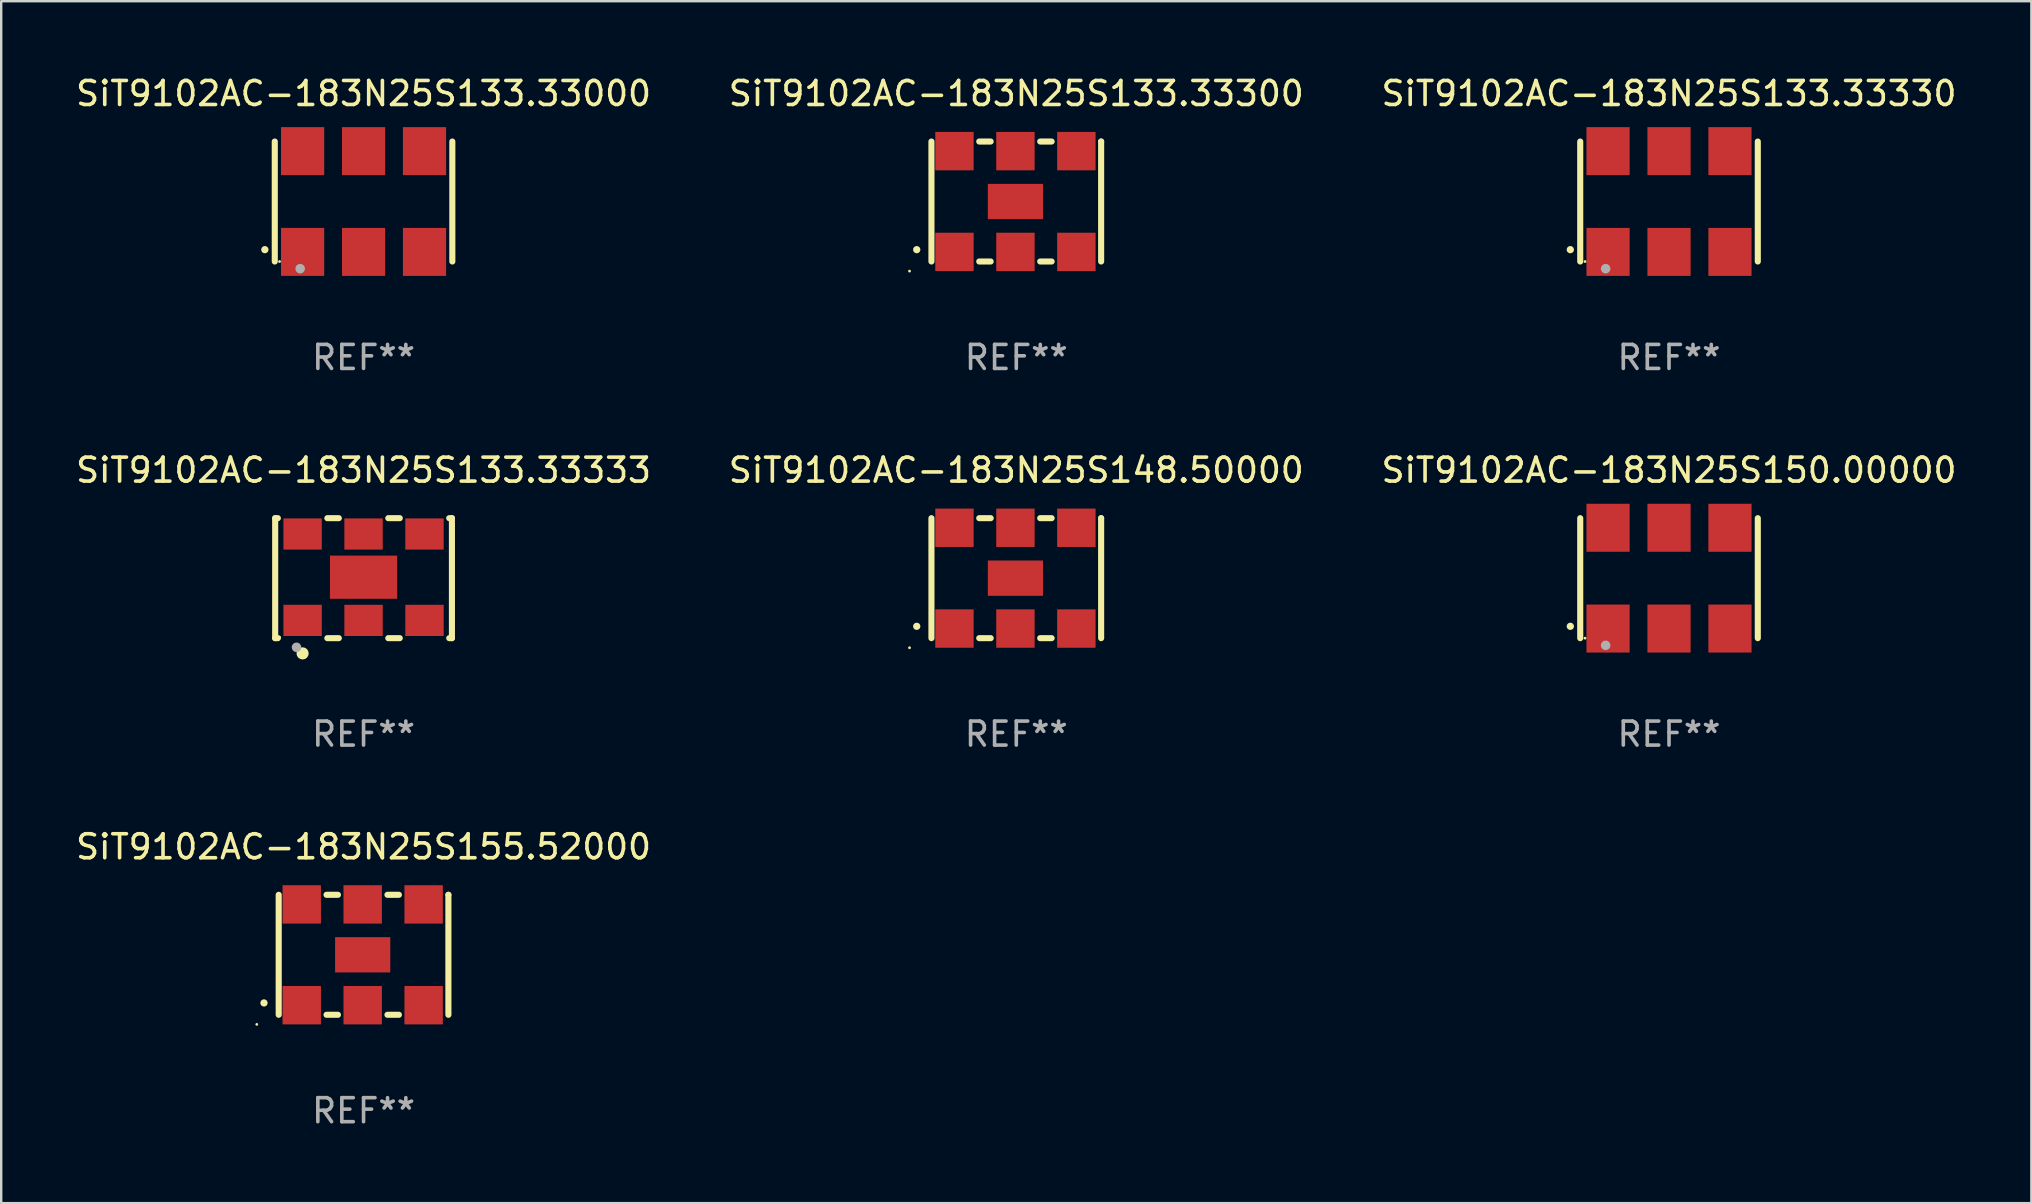
<source format=kicad_pcb>
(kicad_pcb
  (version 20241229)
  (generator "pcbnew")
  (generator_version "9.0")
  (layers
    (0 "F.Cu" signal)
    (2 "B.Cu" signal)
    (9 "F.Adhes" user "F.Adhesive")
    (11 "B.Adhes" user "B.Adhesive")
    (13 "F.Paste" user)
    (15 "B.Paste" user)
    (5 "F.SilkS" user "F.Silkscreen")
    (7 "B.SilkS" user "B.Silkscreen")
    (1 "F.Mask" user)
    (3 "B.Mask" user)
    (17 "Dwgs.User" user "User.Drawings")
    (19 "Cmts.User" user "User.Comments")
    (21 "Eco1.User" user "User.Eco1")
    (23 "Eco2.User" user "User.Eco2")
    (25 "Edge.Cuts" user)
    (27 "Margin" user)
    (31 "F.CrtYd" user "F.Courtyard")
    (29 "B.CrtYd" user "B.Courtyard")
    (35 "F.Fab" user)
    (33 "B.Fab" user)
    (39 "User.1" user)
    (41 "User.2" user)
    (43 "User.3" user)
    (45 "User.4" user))
  (footprint "SiT9102AC-183N25S150.00000"
    (layer "F.Cu")
    (at 66.506 21.045)
    (property "Reference" "SiT9102AC-183N25S150.00000" (at 0 -4.5 0) (layer "F.SilkS") (effects (font (size 1 1) (thickness 0.15))))
    (attr through_hole)
    (fp_line (start -3.7 -2.5) (end -3.7 2.5) (stroke (width 0.254) (type solid)) (layer "F.SilkS"))
    (fp_line (start 3.7 -2.5) (end 3.7 2.5) (stroke (width 0.254) (type solid)) (layer "F.SilkS"))
    (fp_arc (start -4.114415 2.006604) (mid -4.113145 2.006599) (end -4.111875 2.006604) (stroke (width 0.3) (type solid)) (layer "F.SilkS"))
    (fp_circle (center -3.5 2.501) (end -3.47 2.501) (stroke (width 0.06) (type solid)) (fill no) (layer "F.SilkS"))
    (fp_circle (center -2.641 2.799) (end -2.541 2.799) (stroke (width 0.2) (type solid)) (fill no) (layer "F.Fab"))
    (fp_text user "REF**" (at 0 6.5 0) (layer "F.Fab") (effects (font (size 1 1) (thickness 0.15))))
    (pad "1" smd rect (at -2.54 2.1) (size 1.8 2) (layers "F.Cu" "F.Mask" "F.Paste"))
    (pad "2" smd rect (at 0.000394 2.1) (size 1.8 2) (layers "F.Cu" "F.Mask" "F.Paste"))
    (pad "3" smd rect (at 2.54 2.1) (size 1.8 2) (layers "F.Cu" "F.Mask" "F.Paste"))
    (pad "4" smd rect (at 2.54 -2.1) (size 1.8 2) (layers "F.Cu" "F.Mask" "F.Paste"))
    (pad "5" smd rect (at 0.000394 -2.1) (size 1.8 2) (layers "F.Cu" "F.Mask" "F.Paste"))
    (pad "6" smd rect (at -2.54 -2.1) (size 1.8 2) (layers "F.Cu" "F.Mask" "F.Paste")))
  (footprint "SiT9102AC-183N25S133.33333"
    (layer "F.Cu")
    (at 12.101 21.045)
    (property "Reference" "SiT9102AC-183N25S133.33333" (at 0 -4.5 0) (layer "F.SilkS") (effects (font (size 1 1) (thickness 0.15))))
    (attr through_hole)
    (fp_line (start -3.683 -2.5) (end -3.571 -2.5) (stroke (width 0.254) (type solid)) (layer "F.SilkS"))
    (fp_line (start -3.683 2.5) (end -3.683 -2.5) (stroke (width 0.254) (type solid)) (layer "F.SilkS"))
    (fp_line (start -3.683 2.5) (end -3.571 2.5) (stroke (width 0.254) (type solid)) (layer "F.SilkS"))
    (fp_line (start -1.509 -2.5) (end -1.031 -2.5) (stroke (width 0.254) (type solid)) (layer "F.SilkS"))
    (fp_line (start -1.509 2.5) (end -1.031 2.5) (stroke (width 0.254) (type solid)) (layer "F.SilkS"))
    (fp_line (start 1.031 -2.5) (end 1.509 -2.5) (stroke (width 0.254) (type solid)) (layer "F.SilkS"))
    (fp_line (start 1.031 2.5) (end 1.509 2.5) (stroke (width 0.254) (type solid)) (layer "F.SilkS"))
    (fp_line (start 3.571 -2.5) (end 3.683 -2.5) (stroke (width 0.254) (type solid)) (layer "F.SilkS"))
    (fp_line (start 3.571 2.5) (end 3.683 2.5) (stroke (width 0.254) (type solid)) (layer "F.SilkS"))
    (fp_line (start 3.683 2.5) (end 3.683 -2.5) (stroke (width 0.254) (type solid)) (layer "F.SilkS"))
    (fp_circle (center -3.5 2.46) (end -3.47 2.46) (stroke (width 0.06) (type solid)) (fill no) (layer "F.SilkS"))
    (fp_circle (center -2.54 3.135) (end -2.413 3.135) (stroke (width 0.254) (type solid)) (fill no) (layer "F.SilkS"))
    (fp_circle (center -2.794 2.881) (end -2.694 2.881) (stroke (width 0.2) (type solid)) (fill no) (layer "F.Fab"))
    (fp_text user "REF**" (at 0 6.5 0) (layer "F.Fab") (effects (font (size 1 1) (thickness 0.15))))
    (pad "1" smd rect (at -2.54 1.76) (size 1.6 1.3) (layers "F.Cu" "F.Mask" "F.Paste"))
    (pad "2" smd rect (at 0 1.76) (size 1.6 1.3) (layers "F.Cu" "F.Mask" "F.Paste"))
    (pad "3" smd rect (at 2.54 1.76) (size 1.6 1.3) (layers "F.Cu" "F.Mask" "F.Paste"))
    (pad "4" smd rect (at 2.54 -1.84) (size 1.6 1.3) (layers "F.Cu" "F.Mask" "F.Paste"))
    (pad "5" smd rect (at 0 -1.84) (size 1.6 1.3) (layers "F.Cu" "F.Mask" "F.Paste"))
    (pad "6" smd rect (at -2.54 -1.84) (size 1.6 1.3) (layers "F.Cu" "F.Mask" "F.Paste"))
    (pad "7" smd rect (at 0 -0.04) (size 2.8 1.8) (layers "F.Cu" "F.Mask" "F.Paste")))
  (footprint "SiT9102AC-183N25S133.33300"
    (layer "F.Cu")
    (at 39.304 5.348)
    (property "Reference" "SiT9102AC-183N25S133.33300" (at 0 -4.5 0) (layer "F.SilkS") (effects (font (size 1 1) (thickness 0.15))))
    (attr through_hole)
    (fp_line (start -3.536 -2.5) (end -3.536 2.5) (stroke (width 0.254) (type solid)) (layer "F.SilkS"))
    (fp_line (start -1.544 2.5) (end -1.067 2.5) (stroke (width 0.254) (type solid)) (layer "F.SilkS"))
    (fp_line (start -1.067 -2.5) (end -1.544 -2.5) (stroke (width 0.254) (type solid)) (layer "F.SilkS"))
    (fp_line (start 0.996 2.5) (end 1.473 2.5) (stroke (width 0.254) (type solid)) (layer "F.SilkS"))
    (fp_line (start 1.473 -2.5) (end 0.996 -2.5) (stroke (width 0.254) (type solid)) (layer "F.SilkS"))
    (fp_line (start 3.536 -2.5) (end 3.536 -2.5) (stroke (width 0.254) (type solid)) (layer "F.SilkS"))
    (fp_line (start 3.536 2.5) (end 3.536 -2.5) (stroke (width 0.254) (type solid)) (layer "F.SilkS"))
    (fp_arc (start -4.150432 2.006604) (mid -4.149162 2.006599) (end -4.147892 2.006604) (stroke (width 0.3) (type solid)) (layer "F.SilkS"))
    (fp_circle (center -4.449 2.9) (end -4.419 2.9) (stroke (width 0.06) (type solid)) (fill no) (layer "F.SilkS"))
    (fp_text user "REF**" (at 0 6.5 0) (layer "F.Fab") (effects (font (size 1 1) (thickness 0.15))))
    (pad "1" smd rect (at -2.576 2.1) (size 1.6 1.6) (layers "F.Cu" "F.Mask" "F.Paste"))
    (pad "2" smd rect (at -0.036 2.1) (size 1.6 1.6) (layers "F.Cu" "F.Mask" "F.Paste"))
    (pad "3" smd rect (at 2.504 2.1) (size 1.6 1.6) (layers "F.Cu" "F.Mask" "F.Paste"))
    (pad "4" smd rect (at 2.504 -2.1) (size 1.6 1.6) (layers "F.Cu" "F.Mask" "F.Paste"))
    (pad "5" smd rect (at -0.036 -2.1) (size 1.6 1.6) (layers "F.Cu" "F.Mask" "F.Paste"))
    (pad "6" smd rect (at -2.576 -2.1) (size 1.6 1.6) (layers "F.Cu" "F.Mask" "F.Paste"))
    (pad "7" smd rect (at -0.036 0) (size 2.3 1.47) (layers "F.Cu" "F.Mask" "F.Paste")))
  (footprint "SiT9102AC-183N25S148.50000"
    (layer "F.Cu")
    (at 39.304 21.045)
    (property "Reference" "SiT9102AC-183N25S148.50000" (at 0 -4.5 0) (layer "F.SilkS") (effects (font (size 1 1) (thickness 0.15))))
    (attr through_hole)
    (fp_line (start -3.536 -2.5) (end -3.536 2.5) (stroke (width 0.254) (type solid)) (layer "F.SilkS"))
    (fp_line (start -1.544 2.5) (end -1.067 2.5) (stroke (width 0.254) (type solid)) (layer "F.SilkS"))
    (fp_line (start -1.067 -2.5) (end -1.544 -2.5) (stroke (width 0.254) (type solid)) (layer "F.SilkS"))
    (fp_line (start 0.996 2.5) (end 1.473 2.5) (stroke (width 0.254) (type solid)) (layer "F.SilkS"))
    (fp_line (start 1.473 -2.5) (end 0.996 -2.5) (stroke (width 0.254) (type solid)) (layer "F.SilkS"))
    (fp_line (start 3.536 -2.5) (end 3.536 -2.5) (stroke (width 0.254) (type solid)) (layer "F.SilkS"))
    (fp_line (start 3.536 2.5) (end 3.536 -2.5) (stroke (width 0.254) (type solid)) (layer "F.SilkS"))
    (fp_arc (start -4.150432 2.006604) (mid -4.149162 2.006599) (end -4.147892 2.006604) (stroke (width 0.3) (type solid)) (layer "F.SilkS"))
    (fp_circle (center -4.449 2.9) (end -4.419 2.9) (stroke (width 0.06) (type solid)) (fill no) (layer "F.SilkS"))
    (fp_text user "REF**" (at 0 6.5 0) (layer "F.Fab") (effects (font (size 1 1) (thickness 0.15))))
    (pad "1" smd rect (at -2.576 2.1) (size 1.6 1.6) (layers "F.Cu" "F.Mask" "F.Paste"))
    (pad "2" smd rect (at -0.036 2.1) (size 1.6 1.6) (layers "F.Cu" "F.Mask" "F.Paste"))
    (pad "3" smd rect (at 2.504 2.1) (size 1.6 1.6) (layers "F.Cu" "F.Mask" "F.Paste"))
    (pad "4" smd rect (at 2.504 -2.1) (size 1.6 1.6) (layers "F.Cu" "F.Mask" "F.Paste"))
    (pad "5" smd rect (at -0.036 -2.1) (size 1.6 1.6) (layers "F.Cu" "F.Mask" "F.Paste"))
    (pad "6" smd rect (at -2.576 -2.1) (size 1.6 1.6) (layers "F.Cu" "F.Mask" "F.Paste"))
    (pad "7" smd rect (at -0.036 0) (size 2.3 1.47) (layers "F.Cu" "F.Mask" "F.Paste")))
  (footprint "SiT9102AC-183N25S155.52000"
    (layer "F.Cu")
    (at 12.101 36.741)
    (property "Reference" "SiT9102AC-183N25S155.52000" (at 0 -4.5 0) (layer "F.SilkS") (effects (font (size 1 1) (thickness 0.15))))
    (attr through_hole)
    (fp_line (start -3.536 -2.5) (end -3.536 2.5) (stroke (width 0.254) (type solid)) (layer "F.SilkS"))
    (fp_line (start -1.544 2.5) (end -1.067 2.5) (stroke (width 0.254) (type solid)) (layer "F.SilkS"))
    (fp_line (start -1.067 -2.5) (end -1.544 -2.5) (stroke (width 0.254) (type solid)) (layer "F.SilkS"))
    (fp_line (start 0.996 2.5) (end 1.473 2.5) (stroke (width 0.254) (type solid)) (layer "F.SilkS"))
    (fp_line (start 1.473 -2.5) (end 0.996 -2.5) (stroke (width 0.254) (type solid)) (layer "F.SilkS"))
    (fp_line (start 3.536 -2.5) (end 3.536 -2.5) (stroke (width 0.254) (type solid)) (layer "F.SilkS"))
    (fp_line (start 3.536 2.5) (end 3.536 -2.5) (stroke (width 0.254) (type solid)) (layer "F.SilkS"))
    (fp_arc (start -4.150432 2.006604) (mid -4.149162 2.006599) (end -4.147892 2.006604) (stroke (width 0.3) (type solid)) (layer "F.SilkS"))
    (fp_circle (center -4.449 2.9) (end -4.419 2.9) (stroke (width 0.06) (type solid)) (fill no) (layer "F.SilkS"))
    (fp_text user "REF**" (at 0 6.5 0) (layer "F.Fab") (effects (font (size 1 1) (thickness 0.15))))
    (pad "1" smd rect (at -2.576 2.1) (size 1.6 1.6) (layers "F.Cu" "F.Mask" "F.Paste"))
    (pad "2" smd rect (at -0.036 2.1) (size 1.6 1.6) (layers "F.Cu" "F.Mask" "F.Paste"))
    (pad "3" smd rect (at 2.504 2.1) (size 1.6 1.6) (layers "F.Cu" "F.Mask" "F.Paste"))
    (pad "4" smd rect (at 2.504 -2.1) (size 1.6 1.6) (layers "F.Cu" "F.Mask" "F.Paste"))
    (pad "5" smd rect (at -0.036 -2.1) (size 1.6 1.6) (layers "F.Cu" "F.Mask" "F.Paste"))
    (pad "6" smd rect (at -2.576 -2.1) (size 1.6 1.6) (layers "F.Cu" "F.Mask" "F.Paste"))
    (pad "7" smd rect (at -0.036 0) (size 2.3 1.47) (layers "F.Cu" "F.Mask" "F.Paste")))
  (footprint "SiT9102AC-183N25S133.33330"
    (layer "F.Cu")
    (at 66.506 5.348)
    (property "Reference" "SiT9102AC-183N25S133.33330" (at 0 -4.5 0) (layer "F.SilkS") (effects (font (size 1 1) (thickness 0.15))))
    (attr through_hole)
    (fp_line (start -3.7 -2.5) (end -3.7 2.5) (stroke (width 0.254) (type solid)) (layer "F.SilkS"))
    (fp_line (start 3.7 -2.5) (end 3.7 2.5) (stroke (width 0.254) (type solid)) (layer "F.SilkS"))
    (fp_arc (start -4.114415 2.006604) (mid -4.113145 2.006599) (end -4.111875 2.006604) (stroke (width 0.3) (type solid)) (layer "F.SilkS"))
    (fp_circle (center -3.5 2.501) (end -3.47 2.501) (stroke (width 0.06) (type solid)) (fill no) (layer "F.SilkS"))
    (fp_circle (center -2.641 2.799) (end -2.541 2.799) (stroke (width 0.2) (type solid)) (fill no) (layer "F.Fab"))
    (fp_text user "REF**" (at 0 6.5 0) (layer "F.Fab") (effects (font (size 1 1) (thickness 0.15))))
    (pad "1" smd rect (at -2.54 2.1) (size 1.8 2) (layers "F.Cu" "F.Mask" "F.Paste"))
    (pad "2" smd rect (at 0.000394 2.1) (size 1.8 2) (layers "F.Cu" "F.Mask" "F.Paste"))
    (pad "3" smd rect (at 2.54 2.1) (size 1.8 2) (layers "F.Cu" "F.Mask" "F.Paste"))
    (pad "4" smd rect (at 2.54 -2.1) (size 1.8 2) (layers "F.Cu" "F.Mask" "F.Paste"))
    (pad "5" smd rect (at 0.000394 -2.1) (size 1.8 2) (layers "F.Cu" "F.Mask" "F.Paste"))
    (pad "6" smd rect (at -2.54 -2.1) (size 1.8 2) (layers "F.Cu" "F.Mask" "F.Paste")))
  (footprint "SiT9102AC-183N25S133.33000"
    (layer "F.Cu")
    (at 12.101 5.348)
    (property "Reference" "SiT9102AC-183N25S133.33000" (at 0 -4.5 0) (layer "F.SilkS") (effects (font (size 1 1) (thickness 0.15))))
    (attr through_hole)
    (fp_line (start -3.7 -2.5) (end -3.7 2.5) (stroke (width 0.254) (type solid)) (layer "F.SilkS"))
    (fp_line (start 3.7 -2.5) (end 3.7 2.5) (stroke (width 0.254) (type solid)) (layer "F.SilkS"))
    (fp_arc (start -4.114415 2.006604) (mid -4.113145 2.006599) (end -4.111875 2.006604) (stroke (width 0.3) (type solid)) (layer "F.SilkS"))
    (fp_circle (center -3.5 2.501) (end -3.47 2.501) (stroke (width 0.06) (type solid)) (fill no) (layer "F.SilkS"))
    (fp_circle (center -2.641 2.799) (end -2.541 2.799) (stroke (width 0.2) (type solid)) (fill no) (layer "F.Fab"))
    (fp_text user "REF**" (at 0 6.5 0) (layer "F.Fab") (effects (font (size 1 1) (thickness 0.15))))
    (pad "1" smd rect (at -2.54 2.1) (size 1.8 2) (layers "F.Cu" "F.Mask" "F.Paste"))
    (pad "2" smd rect (at 0.000394 2.1) (size 1.8 2) (layers "F.Cu" "F.Mask" "F.Paste"))
    (pad "3" smd rect (at 2.54 2.1) (size 1.8 2) (layers "F.Cu" "F.Mask" "F.Paste"))
    (pad "4" smd rect (at 2.54 -2.1) (size 1.8 2) (layers "F.Cu" "F.Mask" "F.Paste"))
    (pad "5" smd rect (at 0.000394 -2.1) (size 1.8 2) (layers "F.Cu" "F.Mask" "F.Paste"))
    (pad "6" smd rect (at -2.54 -2.1) (size 1.8 2) (layers "F.Cu" "F.Mask" "F.Paste")))
  (gr_rect
    (start -3 -3)
    (end 81.607 47.09)
    (stroke (width 0.1) (type default))
    (fill no)
    (layer "Edge.Cuts")))
</source>
